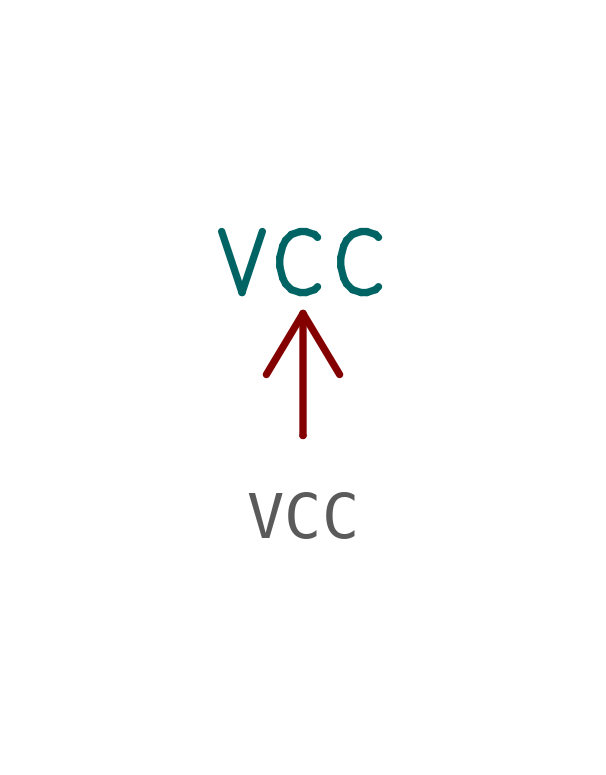
<source format=kicad_sym>
(kicad_symbol_lib
  (version 20220914)
  (generator KiBot)
  (symbol "power:VCC"
    (power)
    (pin_numbers hide)
    (pin_names
      (offset 0) hide)
    (property "Reference" "#PWR"
      (at 0 -3.81 0)
      (effects (font (size 1.27 1.27)) (hide yes)))
    (property "Value" "VCC"
      (at 0 3.556 0)
      (effects (font (size 1.27 1.27))))
    (symbol "VCC_0_1"
      (polyline (pts (xy -0.762 1.27) (xy 0 2.54)) (stroke (width 0) (type default)) (fill (type none)))
      (polyline (pts (xy 0 0) (xy 0 2.54)) (stroke (width 0) (type default)) (fill (type none)))
      (polyline (pts (xy 0 2.54) (xy 0.762 1.27)) (stroke (width 0) (type default)) (fill (type none))))
    (symbol "VCC_1_1"
      (pin power_in line (at 0 0 90) (length 0) (name "~" (effects (font (size 1.27 1.27)))) (number "1" (effects (font (size 1.27 1.27))))))))
</source>
